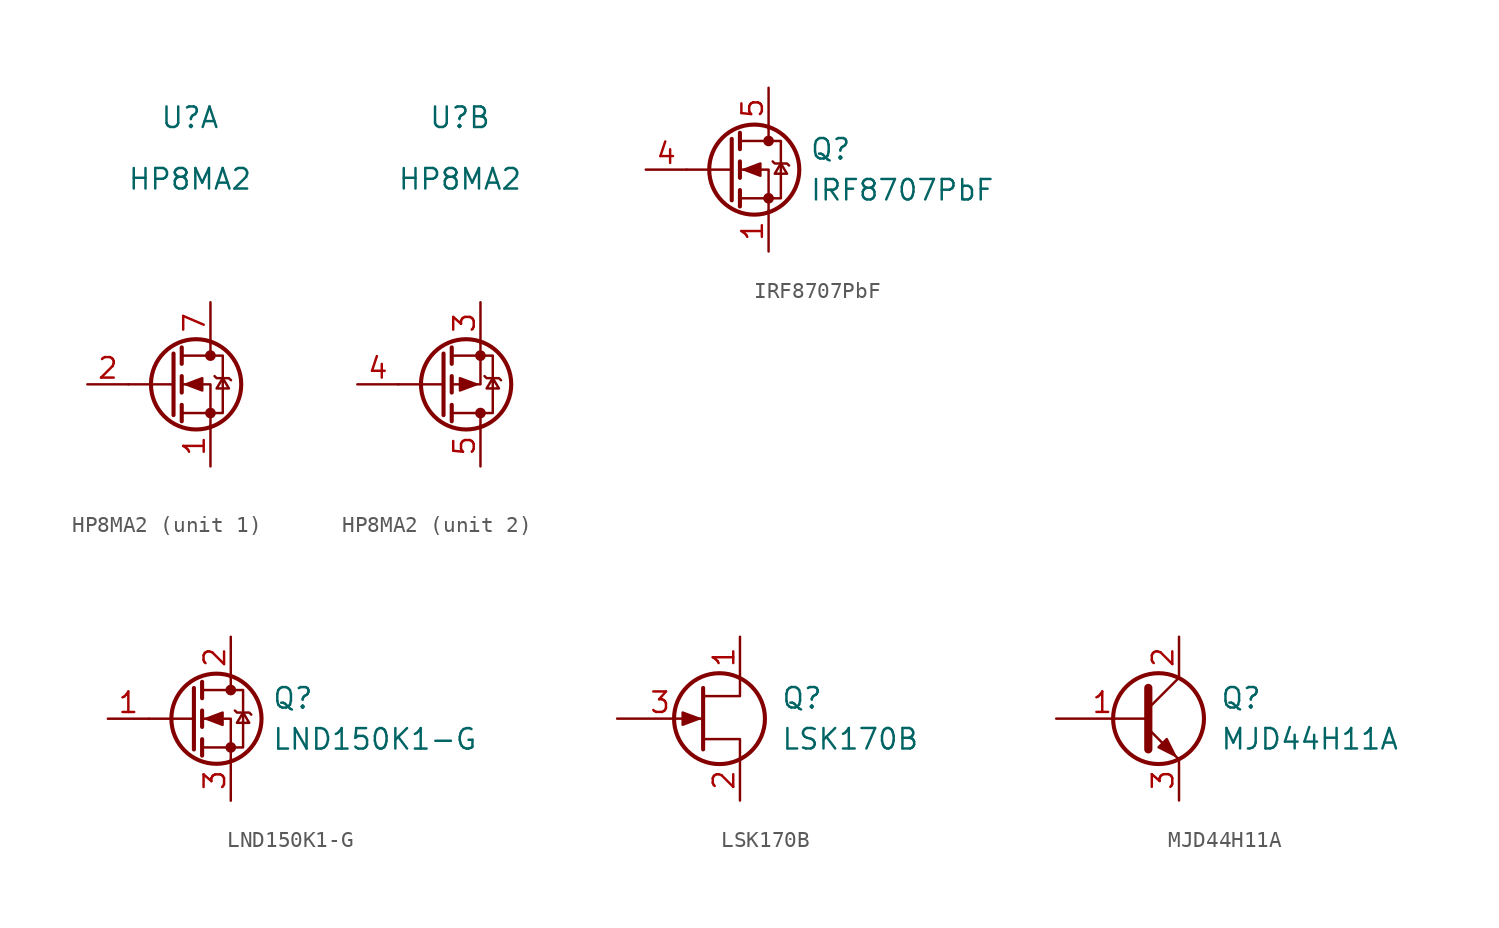
<source format=kicad_sym>
(kicad_symbol_lib
  (version 20211014)
  (generator kicad_symbol_editor)
  (symbol "HP8MA2"
    (pin_names
      (offset 1.016))
    (property "Reference" "U"
      (at 0 16.51 0)
      (effects (font (size 1.27 1.27))))
    (property "Value" "HP8MA2"
      (at 0 12.7 0)
      (effects (font (size 1.27 1.27))))
    (symbol "HP8MA2_1_1"
      (polyline (pts (xy -1.016 0) (xy -3.81 0)) (stroke (width 0) (type default) (color 0 0 0 0)) (fill (type none)))
      (polyline (pts (xy -1.016 1.905) (xy -1.016 -1.905)) (stroke (width 0.254) (type default) (color 0 0 0 0)) (fill (type none)))
      (polyline (pts (xy -0.508 -1.27) (xy -0.508 -2.286)) (stroke (width 0.254) (type default) (color 0 0 0 0)) (fill (type none)))
      (polyline (pts (xy -0.508 0.508) (xy -0.508 -0.508)) (stroke (width 0.254) (type default) (color 0 0 0 0)) (fill (type none)))
      (polyline (pts (xy -0.508 2.286) (xy -0.508 1.27)) (stroke (width 0.254) (type default) (color 0 0 0 0)) (fill (type none)))
      (polyline (pts (xy 1.27 2.54) (xy 1.27 1.778)) (stroke (width 0) (type default) (color 0 0 0 0)) (fill (type none)))
      (polyline (pts (xy 1.27 -2.54) (xy 1.27 0) (xy -0.508 0)) (stroke (width 0) (type default) (color 0 0 0 0)) (fill (type none)))
      (polyline (pts (xy -0.508 -1.778) (xy 2.032 -1.778) (xy 2.032 1.778) (xy -0.508 1.778)) (stroke (width 0) (type default) (color 0 0 0 0)) (fill (type none)))
      (polyline (pts (xy -0.254 0) (xy 0.762 0.381) (xy 0.762 -0.381) (xy -0.254 0)) (stroke (width 0) (type default) (color 0 0 0 0)) (fill (type outline)))
      (polyline (pts (xy 1.524 0.508) (xy 1.651 0.381) (xy 2.413 0.381) (xy 2.54 0.254)) (stroke (width 0) (type default) (color 0 0 0 0)) (fill (type none)))
      (polyline (pts (xy 2.032 0.381) (xy 1.651 -0.254) (xy 2.413 -0.254) (xy 2.032 0.381)) (stroke (width 0) (type default) (color 0 0 0 0)) (fill (type none)))
      (circle (center 0.381 0) (radius 2.794) (stroke (width 0.254) (type default) (color 0 0 0 0)) (fill (type none)))
      (circle (center 1.27 -1.778) (radius 0.254) (stroke (width 0) (type default) (color 0 0 0 0)) (fill (type outline)))
      (circle (center 1.27 1.778) (radius 0.254) (stroke (width 0) (type default) (color 0 0 0 0)) (fill (type outline)))
      (pin passive line (at 1.27 -5.08 90) (length 2.54) (name "~" (effects (font (size 1.27 1.27)))) (number "1" (effects (font (size 1.27 1.27)))))
      (pin input line (at -6.35 0 0) (length 2.54) (name "~" (effects (font (size 1.27 1.27)))) (number "2" (effects (font (size 1.27 1.27)))))
      (pin passive line (at 1.27 5.08 270) (length 2.54) (name "~" (effects (font (size 1.27 1.27)))) (number "7" (effects (font (size 1.27 1.27))))))
    (symbol "HP8MA2_2_1"
      (polyline (pts (xy -1.016 -1.905) (xy -1.016 1.905)) (stroke (width 0.254) (type default) (color 0 0 0 0)) (fill (type none)))
      (polyline (pts (xy -1.016 0) (xy -3.81 0)) (stroke (width 0) (type default) (color 0 0 0 0)) (fill (type none)))
      (polyline (pts (xy -0.508 -2.286) (xy -0.508 -1.27)) (stroke (width 0.254) (type default) (color 0 0 0 0)) (fill (type none)))
      (polyline (pts (xy -0.508 -0.508) (xy -0.508 0.508)) (stroke (width 0.254) (type default) (color 0 0 0 0)) (fill (type none)))
      (polyline (pts (xy -0.508 1.27) (xy -0.508 2.286)) (stroke (width 0.254) (type default) (color 0 0 0 0)) (fill (type none)))
      (polyline (pts (xy 1.27 -2.54) (xy 1.27 -1.778)) (stroke (width 0) (type default) (color 0 0 0 0)) (fill (type none)))
      (polyline (pts (xy 1.27 2.54) (xy 1.27 0) (xy -0.508 0)) (stroke (width 0) (type default) (color 0 0 0 0)) (fill (type none)))
      (polyline (pts (xy -0.508 -1.778) (xy 2.032 -1.778) (xy 2.032 1.778) (xy -0.508 1.778)) (stroke (width 0) (type default) (color 0 0 0 0)) (fill (type none)))
      (polyline (pts (xy 1.016 0) (xy 0 -0.381) (xy 0 0.381) (xy 1.016 0)) (stroke (width 0) (type default) (color 0 0 0 0)) (fill (type outline)))
      (polyline (pts (xy 1.524 0.508) (xy 1.651 0.381) (xy 2.413 0.381) (xy 2.54 0.254)) (stroke (width 0) (type default) (color 0 0 0 0)) (fill (type none)))
      (polyline (pts (xy 2.032 0.381) (xy 1.651 -0.254) (xy 2.413 -0.254) (xy 2.032 0.381)) (stroke (width 0) (type default) (color 0 0 0 0)) (fill (type none)))
      (circle (center 0.381 0) (radius 2.794) (stroke (width 0.254) (type default) (color 0 0 0 0)) (fill (type none)))
      (circle (center 1.27 -1.778) (radius 0.254) (stroke (width 0) (type default) (color 0 0 0 0)) (fill (type outline)))
      (circle (center 1.27 1.778) (radius 0.254) (stroke (width 0) (type default) (color 0 0 0 0)) (fill (type outline)))
      (pin passive line (at 1.27 5.08 270) (length 2.54) (name "~" (effects (font (size 1.27 1.27)))) (number "3" (effects (font (size 1.27 1.27)))))
      (pin input line (at -6.35 0 0) (length 2.54) (name "~" (effects (font (size 1.27 1.27)))) (number "4" (effects (font (size 1.27 1.27)))))
      (pin passive line (at 1.27 -5.08 90) (length 2.54) (name "~" (effects (font (size 1.27 1.27)))) (number "5" (effects (font (size 1.27 1.27)))))))
  (symbol "IRF8707PbF"
    (pin_names
      (offset 0) hide)
    (property "Reference" "Q"
      (at 5.08 1.27 0)
      (effects (font (size 1.27 1.27)) (justify left)))
    (property "Value" "IRF8707PbF"
      (at 5.08 -1.27 0)
      (effects (font (size 1.27 1.27)) (justify left)))
    (symbol "IRF8707PbF_0_0"
      (pin passive line (at 2.54 5.08 270) (length 2.54) hide (name "D" (effects (font (size 1.27 1.27)))) (number "6" (effects (font (size 1.27 1.27)))))
      (pin passive line (at 2.54 5.08 270) (length 2.54) hide (name "D" (effects (font (size 1.27 1.27)))) (number "7" (effects (font (size 1.27 1.27)))))
      (pin passive line (at 2.54 5.08 270) (length 2.54) hide (name "D" (effects (font (size 1.27 1.27)))) (number "8" (effects (font (size 1.27 1.27))))))
    (symbol "IRF8707PbF_0_1"
      (polyline (pts (xy 0.254 0) (xy -2.54 0)) (stroke (width 0) (type default) (color 0 0 0 0)) (fill (type none)))
      (polyline (pts (xy 0.254 1.905) (xy 0.254 -1.905)) (stroke (width 0.254) (type default) (color 0 0 0 0)) (fill (type none)))
      (polyline (pts (xy 0.762 -1.27) (xy 0.762 -2.286)) (stroke (width 0.254) (type default) (color 0 0 0 0)) (fill (type none)))
      (polyline (pts (xy 0.762 0.508) (xy 0.762 -0.508)) (stroke (width 0.254) (type default) (color 0 0 0 0)) (fill (type none)))
      (polyline (pts (xy 0.762 2.286) (xy 0.762 1.27)) (stroke (width 0.254) (type default) (color 0 0 0 0)) (fill (type none)))
      (polyline (pts (xy 2.54 2.54) (xy 2.54 1.778)) (stroke (width 0) (type default) (color 0 0 0 0)) (fill (type none)))
      (polyline (pts (xy 2.54 -2.54) (xy 2.54 0) (xy 0.762 0)) (stroke (width 0) (type default) (color 0 0 0 0)) (fill (type none)))
      (polyline (pts (xy 0.762 -1.778) (xy 3.302 -1.778) (xy 3.302 1.778) (xy 0.762 1.778)) (stroke (width 0) (type default) (color 0 0 0 0)) (fill (type none)))
      (polyline (pts (xy 1.016 0) (xy 2.032 0.381) (xy 2.032 -0.381) (xy 1.016 0)) (stroke (width 0) (type default) (color 0 0 0 0)) (fill (type outline)))
      (polyline (pts (xy 2.794 0.508) (xy 2.921 0.381) (xy 3.683 0.381) (xy 3.81 0.254)) (stroke (width 0) (type default) (color 0 0 0 0)) (fill (type none)))
      (polyline (pts (xy 3.302 0.381) (xy 2.921 -0.254) (xy 3.683 -0.254) (xy 3.302 0.381)) (stroke (width 0) (type default) (color 0 0 0 0)) (fill (type none)))
      (circle (center 1.651 0) (radius 2.794) (stroke (width 0.254) (type default) (color 0 0 0 0)) (fill (type none)))
      (circle (center 2.54 -1.778) (radius 0.254) (stroke (width 0) (type default) (color 0 0 0 0)) (fill (type outline)))
      (circle (center 2.54 1.778) (radius 0.254) (stroke (width 0) (type default) (color 0 0 0 0)) (fill (type outline))))
    (symbol "IRF8707PbF_1_1"
      (pin passive line (at 2.54 -5.08 90) (length 2.54) (name "S" (effects (font (size 1.27 1.27)))) (number "1" (effects (font (size 1.27 1.27)))))
      (pin passive line (at 2.54 -5.08 90) (length 2.54) hide (name "S" (effects (font (size 1.27 1.27)))) (number "2" (effects (font (size 1.27 1.27)))))
      (pin passive line (at 2.54 -5.08 90) (length 2.54) hide (name "S" (effects (font (size 1.27 1.27)))) (number "3" (effects (font (size 1.27 1.27)))))
      (pin input line (at -5.08 0 0) (length 2.54) (name "G" (effects (font (size 1.27 1.27)))) (number "4" (effects (font (size 1.27 1.27)))))
      (pin passive line (at 2.54 5.08 270) (length 2.54) (name "D" (effects (font (size 1.27 1.27)))) (number "5" (effects (font (size 1.27 1.27)))))))
  (symbol "LND150K1-G"
    (pin_names
      (offset 0) hide)
    (property "Reference" "Q"
      (at 5.08 1.27 0)
      (effects (font (size 1.27 1.27)) (justify left)))
    (property "Value" "LND150K1-G"
      (at 5.08 -1.27 0)
      (effects (font (size 1.27 1.27)) (justify left)))
    (symbol "LND150K1-G_0_1"
      (polyline (pts (xy 0.254 0) (xy -2.54 0)) (stroke (width 0) (type default) (color 0 0 0 0)) (fill (type none)))
      (polyline (pts (xy 0.254 1.905) (xy 0.254 -1.905)) (stroke (width 0.254) (type default) (color 0 0 0 0)) (fill (type none)))
      (polyline (pts (xy 0.762 -1.27) (xy 0.762 -2.286)) (stroke (width 0.254) (type default) (color 0 0 0 0)) (fill (type none)))
      (polyline (pts (xy 0.762 0.508) (xy 0.762 -0.508)) (stroke (width 0.254) (type default) (color 0 0 0 0)) (fill (type none)))
      (polyline (pts (xy 0.762 2.286) (xy 0.762 1.27)) (stroke (width 0.254) (type default) (color 0 0 0 0)) (fill (type none)))
      (polyline (pts (xy 2.54 2.54) (xy 2.54 1.778)) (stroke (width 0) (type default) (color 0 0 0 0)) (fill (type none)))
      (polyline (pts (xy 2.54 -2.54) (xy 2.54 0) (xy 0.762 0)) (stroke (width 0) (type default) (color 0 0 0 0)) (fill (type none)))
      (polyline (pts (xy 0.762 -1.778) (xy 3.302 -1.778) (xy 3.302 1.778) (xy 0.762 1.778)) (stroke (width 0) (type default) (color 0 0 0 0)) (fill (type none)))
      (polyline (pts (xy 1.016 0) (xy 2.032 0.381) (xy 2.032 -0.381) (xy 1.016 0)) (stroke (width 0) (type default) (color 0 0 0 0)) (fill (type outline)))
      (polyline (pts (xy 2.794 0.508) (xy 2.921 0.381) (xy 3.683 0.381) (xy 3.81 0.254)) (stroke (width 0) (type default) (color 0 0 0 0)) (fill (type none)))
      (polyline (pts (xy 3.302 0.381) (xy 2.921 -0.254) (xy 3.683 -0.254) (xy 3.302 0.381)) (stroke (width 0) (type default) (color 0 0 0 0)) (fill (type none)))
      (circle (center 1.651 0) (radius 2.794) (stroke (width 0.254) (type default) (color 0 0 0 0)) (fill (type none)))
      (circle (center 2.54 -1.778) (radius 0.254) (stroke (width 0) (type default) (color 0 0 0 0)) (fill (type outline)))
      (circle (center 2.54 1.778) (radius 0.254) (stroke (width 0) (type default) (color 0 0 0 0)) (fill (type outline))))
    (symbol "LND150K1-G_1_1"
      (pin input line (at -5.08 0 0) (length 2.54) (name "G" (effects (font (size 1.27 1.27)))) (number "1" (effects (font (size 1.27 1.27)))))
      (pin passive line (at 2.54 5.08 270) (length 2.54) (name "D" (effects (font (size 1.27 1.27)))) (number "2" (effects (font (size 1.27 1.27)))))
      (pin passive line (at 2.54 -5.08 90) (length 2.54) (name "S" (effects (font (size 1.27 1.27)))) (number "3" (effects (font (size 1.27 1.27)))))))
  (symbol "LSK170B"
    (pin_names
      (offset 0) hide)
    (property "Reference" "Q"
      (at 5.08 1.27 0)
      (effects (font (size 1.27 1.27)) (justify left)))
    (property "Value" "LSK170B"
      (at 5.08 -1.27 0)
      (effects (font (size 1.27 1.27)) (justify left)))
    (symbol "LSK170B_0_1"
      (polyline (pts (xy 0.254 1.905) (xy 0.254 -1.905) (xy 0.254 -1.905)) (stroke (width 0.254) (type default) (color 0 0 0 0)) (fill (type none)))
      (polyline (pts (xy 2.54 -2.54) (xy 2.54 -1.27) (xy 0.254 -1.27)) (stroke (width 0) (type default) (color 0 0 0 0)) (fill (type none)))
      (polyline (pts (xy 2.54 2.54) (xy 2.54 1.397) (xy 0.254 1.397)) (stroke (width 0) (type default) (color 0 0 0 0)) (fill (type none)))
      (polyline (pts (xy 0 0) (xy -1.016 0.381) (xy -1.016 -0.381) (xy 0 0)) (stroke (width 0) (type default) (color 0 0 0 0)) (fill (type outline)))
      (circle (center 1.27 0) (radius 2.819) (stroke (width 0.254) (type default) (color 0 0 0 0)) (fill (type none))))
    (symbol "LSK170B_1_1"
      (pin passive line (at 2.54 5.08 270) (length 2.54) (name "D" (effects (font (size 1.27 1.27)))) (number "1" (effects (font (size 1.27 1.27)))))
      (pin passive line (at 2.54 -5.08 90) (length 2.54) (name "S" (effects (font (size 1.27 1.27)))) (number "2" (effects (font (size 1.27 1.27)))))
      (pin input line (at -5.08 0 0) (length 5.334) (name "G" (effects (font (size 1.27 1.27)))) (number "3" (effects (font (size 1.27 1.27)))))))
  (symbol "MJD44H11A"
    (pin_names
      (offset 0) hide)
    (property "Reference" "Q"
      (at 5.08 1.27 0)
      (effects (font (size 1.27 1.27)) (justify left)))
    (property "Value" "MJD44H11A"
      (at 5.08 -1.27 0)
      (effects (font (size 1.27 1.27)) (justify left)))
    (symbol "MJD44H11A_0_1"
      (polyline (pts (xy 0.635 0.635) (xy 2.54 2.54)) (stroke (width 0) (type default) (color 0 0 0 0)) (fill (type none)))
      (polyline (pts (xy 0.635 -0.635) (xy 2.54 -2.54) (xy 2.54 -2.54)) (stroke (width 0) (type default) (color 0 0 0 0)) (fill (type none)))
      (polyline (pts (xy 0.635 1.905) (xy 0.635 -1.905) (xy 0.635 -1.905)) (stroke (width 0.508) (type default) (color 0 0 0 0)) (fill (type none)))
      (polyline (pts (xy 1.27 -1.778) (xy 1.778 -1.27) (xy 2.286 -2.286) (xy 1.27 -1.778) (xy 1.27 -1.778)) (stroke (width 0) (type default) (color 0 0 0 0)) (fill (type outline)))
      (circle (center 1.27 0) (radius 2.819) (stroke (width 0.254) (type default) (color 0 0 0 0)) (fill (type none))))
    (symbol "MJD44H11A_1_1"
      (pin input line (at -5.08 0 0) (length 5.715) (name "B" (effects (font (size 1.27 1.27)))) (number "1" (effects (font (size 1.27 1.27)))))
      (pin passive line (at 2.54 5.08 270) (length 2.54) (name "C" (effects (font (size 1.27 1.27)))) (number "2" (effects (font (size 1.27 1.27)))))
      (pin passive line (at 2.54 -5.08 90) (length 2.54) (name "E" (effects (font (size 1.27 1.27)))) (number "3" (effects (font (size 1.27 1.27))))))))
</source>
